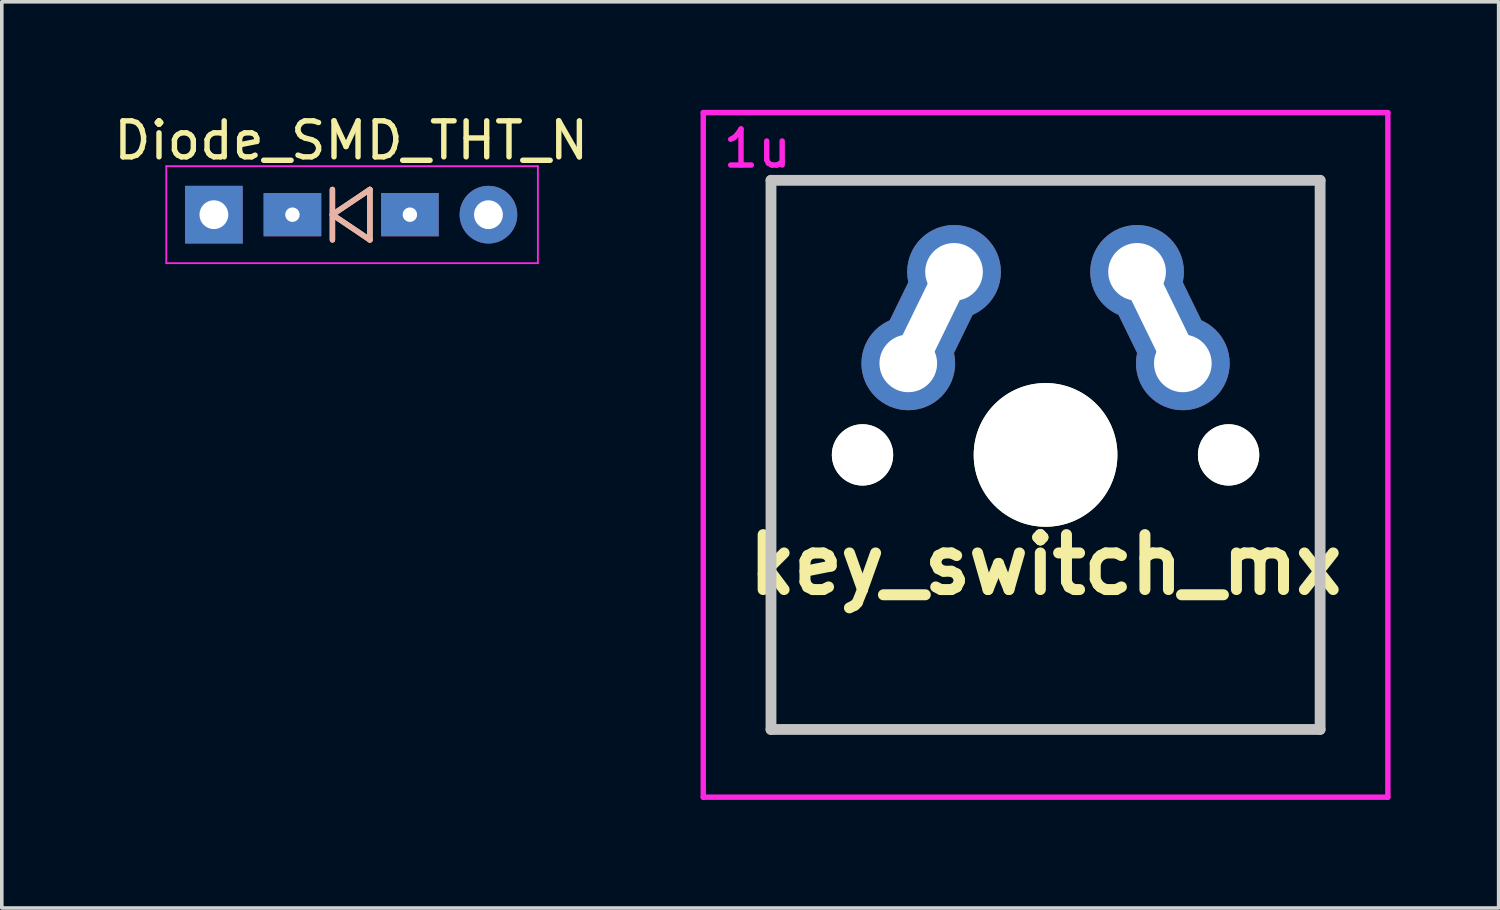
<source format=kicad_pcb>
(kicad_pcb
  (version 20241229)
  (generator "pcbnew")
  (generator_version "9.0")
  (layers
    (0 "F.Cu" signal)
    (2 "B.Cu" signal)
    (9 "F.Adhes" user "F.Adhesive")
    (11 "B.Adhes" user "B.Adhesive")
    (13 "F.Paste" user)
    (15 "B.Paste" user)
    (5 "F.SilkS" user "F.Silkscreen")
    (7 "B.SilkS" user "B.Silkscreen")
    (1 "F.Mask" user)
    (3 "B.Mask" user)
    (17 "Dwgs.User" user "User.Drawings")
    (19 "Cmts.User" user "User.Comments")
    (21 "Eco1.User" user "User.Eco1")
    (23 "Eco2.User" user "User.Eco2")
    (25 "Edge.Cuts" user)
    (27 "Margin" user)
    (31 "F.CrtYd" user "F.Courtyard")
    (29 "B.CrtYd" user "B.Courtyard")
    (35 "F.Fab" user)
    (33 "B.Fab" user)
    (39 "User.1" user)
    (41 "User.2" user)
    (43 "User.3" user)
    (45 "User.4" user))
  (footprint "key_switch_mx"
    (layer "F.Cu")
    (at 25.968 9.575)
    (property "Reference" "key_switch_mx" (at 0 3.048 0) (layer "F.SilkS") (effects (font (size 1.524 1.524) (thickness 0.305))))
    (attr through_hole)
    (fp_line (start -7.62 -7.62) (end 7.62 -7.62) (stroke (width 0.3) (type solid)) (layer "Dwgs.User"))
    (fp_line (start -7.62 7.62) (end -7.62 -7.62) (stroke (width 0.3) (type solid)) (layer "Dwgs.User"))
    (fp_line (start 7.62 -7.62) (end 7.62 7.62) (stroke (width 0.3) (type solid)) (layer "Dwgs.User"))
    (fp_line (start 7.62 7.62) (end -7.62 7.62) (stroke (width 0.3) (type solid)) (layer "Dwgs.User"))
    (fp_line (start -9.5 -9.5) (end 9.5 -9.5) (stroke (width 0.15) (type solid)) (layer "F.CrtYd"))
    (fp_line (start -9.5 9.5) (end -9.5 -9.5) (stroke (width 0.15) (type solid)) (layer "F.CrtYd"))
    (fp_line (start 9.5 -9.5) (end 9.5 9.5) (stroke (width 0.15) (type solid)) (layer "F.CrtYd"))
    (fp_line (start 9.5 9.5) (end -9.5 9.5) (stroke (width 0.15) (type solid)) (layer "F.CrtYd"))
    (fp_text user "1u" (at -8 -8.5 0) (layer "F.CrtYd") (effects (font (size 1 1) (thickness 0.15))))
    (pad "" np_thru_hole circle (at -5.08 0) (size 1.702 1.702) (drill 1.702) (layers "*.Cu" "*.Mask" "F.SilkS"))
    (pad "" np_thru_hole circle (at 0 0) (size 3.988 3.988) (drill 3.988) (layers "*.Cu" "*.Mask" "F.SilkS"))
    (pad "" np_thru_hole circle (at 5.08 0) (size 1.702 1.702) (drill 1.702) (layers "*.Cu" "*.Mask" "F.SilkS"))
    (pad "1" thru_hole circle (at -3.81 -2.54) (size 2.6 2.6) (drill 1.6) (layers "*.Cu" "*.Mask"))
    (pad "1" thru_hole oval (at -3.175 -3.81 334) (size 2 4) (drill oval 1 3) (layers "*.Cu" "*.Mask"))
    (pad "1" thru_hole circle (at -2.54 -5.08) (size 2.6 2.6) (drill 1.6) (layers "*.Cu" "*.Mask"))
    (pad "2" thru_hole circle (at 2.54 -5.08) (size 2.6 2.6) (drill 1.6) (layers "*.Cu" "*.Mask"))
    (pad "2" thru_hole oval (at 3.175 -3.81 26) (size 2 4) (drill oval 1 3) (layers "*.Cu" "*.Mask"))
    (pad "2" thru_hole circle (at 3.81 -2.54) (size 2.6 2.6) (drill 1.6) (layers "*.Cu" "*.Mask")))
  (footprint "Diode_SMD_THT_N"
    (layer "F.Cu")
    (at 1.616 2.908)
    (property "Reference" "Diode_SMD_THT_N" (at 5.08 -2.06 0) (layer "F.SilkS") (effects (font (size 1 1) (thickness 0.15))))
    (attr through_hole)
    (fp_line (start 4.56 0) (end 5.6 -0.7) (stroke (width 0.15) (type solid)) (layer "F.SilkS"))
    (fp_line (start 4.56 0.7) (end 4.56 -0.7) (stroke (width 0.15) (type solid)) (layer "F.SilkS"))
    (fp_line (start 5.6 -0.7) (end 5.6 0.7) (stroke (width 0.15) (type solid)) (layer "F.SilkS"))
    (fp_line (start 5.6 0.7) (end 4.56 0) (stroke (width 0.15) (type solid)) (layer "F.SilkS"))
    (fp_line (start 4.56 0) (end 5.6 -0.7) (stroke (width 0.15) (type solid)) (layer "B.SilkS"))
    (fp_line (start 4.56 0.7) (end 4.56 -0.7) (stroke (width 0.15) (type solid)) (layer "B.SilkS"))
    (fp_line (start 5.6 -0.7) (end 5.6 0.7) (stroke (width 0.15) (type solid)) (layer "B.SilkS"))
    (fp_line (start 5.6 0.7) (end 4.56 0) (stroke (width 0.15) (type solid)) (layer "B.SilkS"))
    (fp_line (start -0.051 -1.346) (end -0.051 1.346) (stroke (width 0.05) (type solid)) (layer "F.CrtYd"))
    (fp_line (start -0.051 -1.346) (end 10.262 -1.346) (stroke (width 0.05) (type solid)) (layer "F.CrtYd"))
    (fp_line (start -0.051 1.346) (end 10.262 1.346) (stroke (width 0.05) (type solid)) (layer "F.CrtYd"))
    (fp_line (start 10.262 -1.346) (end 10.262 1.346) (stroke (width 0.05) (type solid)) (layer "F.CrtYd"))
    (pad "1" thru_hole rect (at 1.27 0) (size 1.6 1.6) (drill 0.8) (layers "*.Cu" "*.Mask"))
    (pad "1" thru_hole rect (at 3.45 0) (size 1.6 1.2) (drill 0.4) (layers "*.Cu" "*.Mask"))
    (pad "2" thru_hole rect (at 6.71 0) (size 1.6 1.2) (drill 0.4) (layers "*.Cu" "*.Mask"))
    (pad "2" thru_hole oval (at 8.89 0) (size 1.6 1.6) (drill 0.8) (layers "*.Cu" "*.Mask")))
  (gr_rect
    (start -3 -3)
    (end 38.543 22.15)
    (stroke (width 0.1) (type default))
    (fill no)
    (layer "Edge.Cuts")))
</source>
